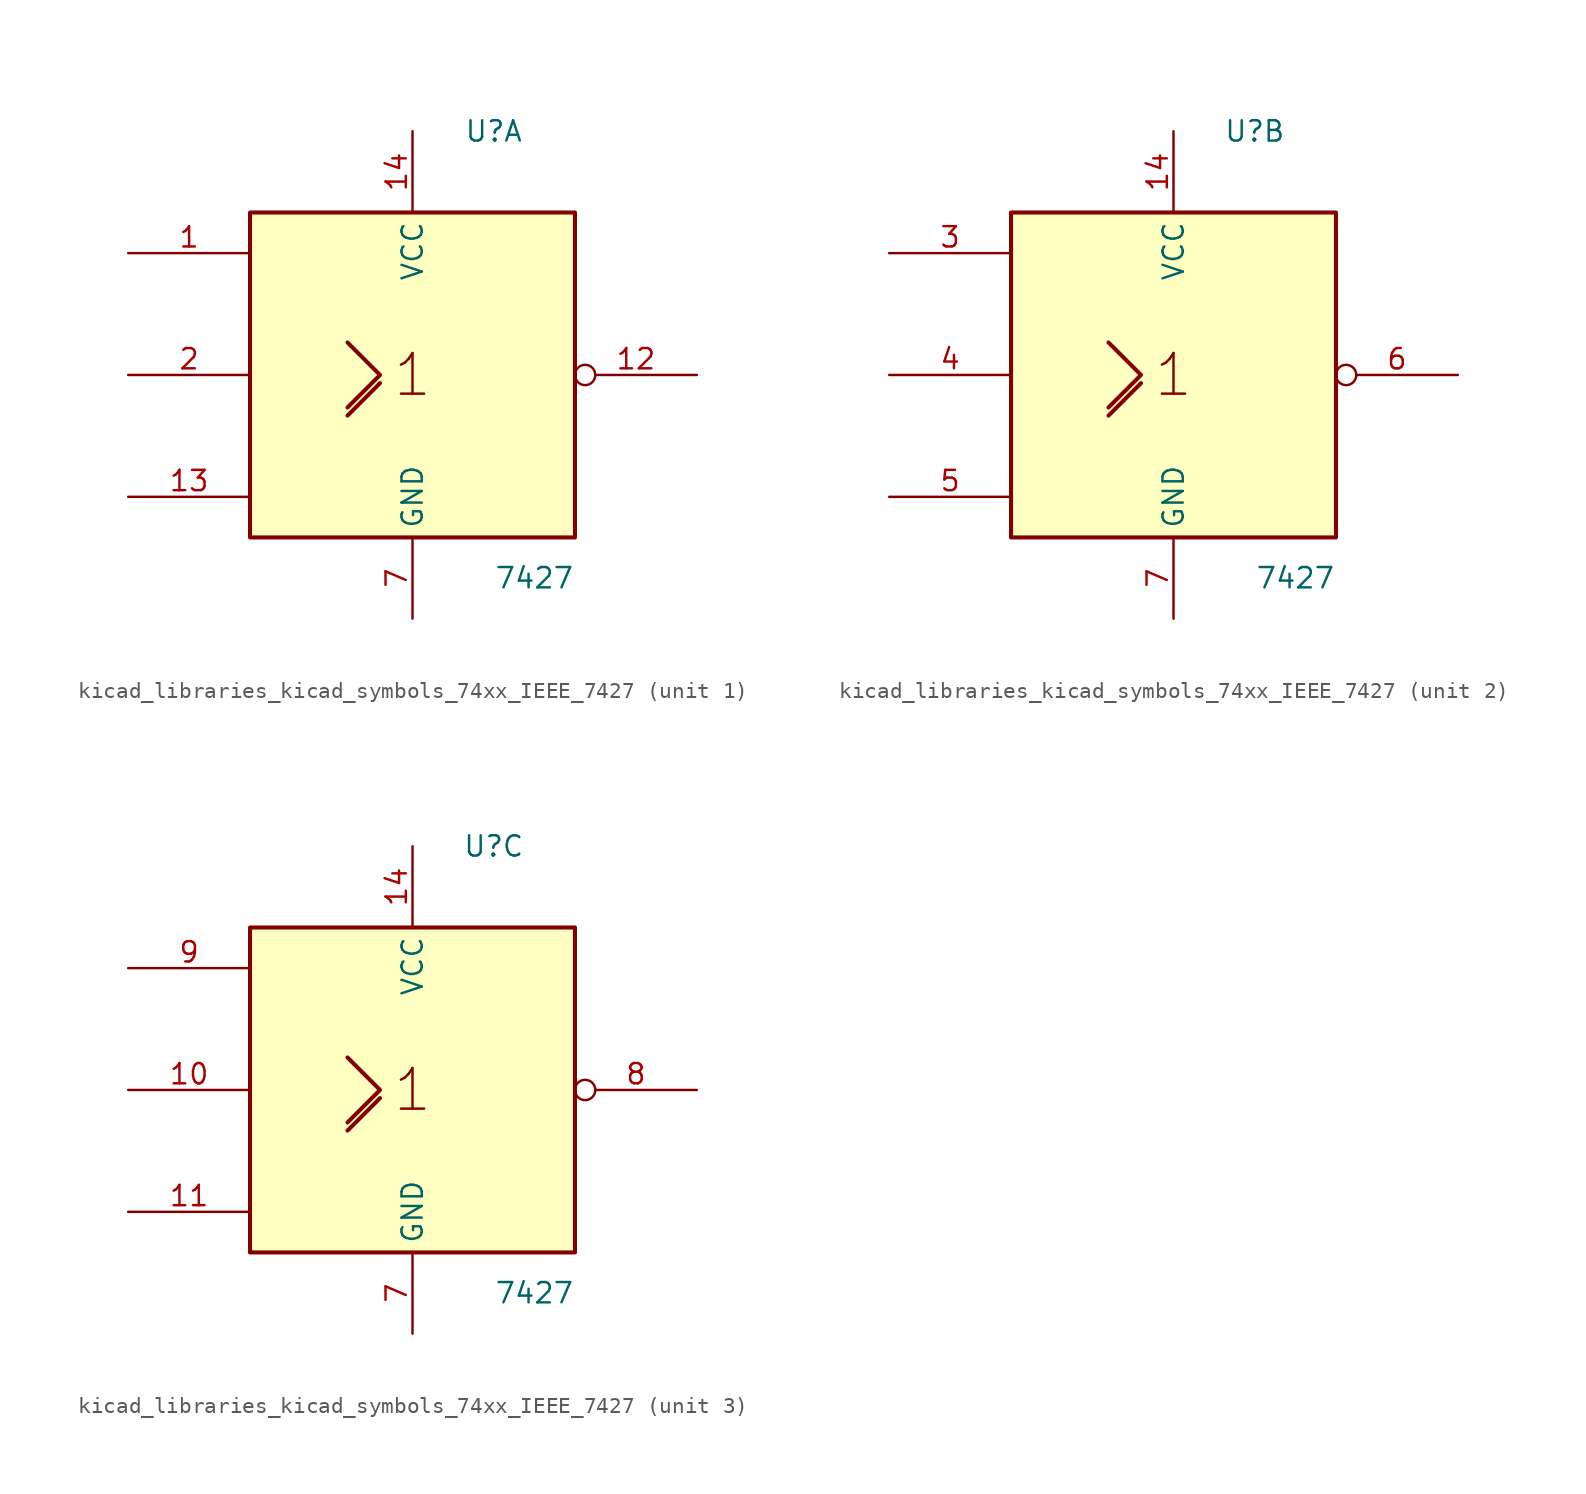
<source format=kicad_sym>
(kicad_symbol_lib
  (version 20220914)
  (generator kicad_symbol_editor)
  (symbol "kicad_libraries_kicad_symbols_74xx_IEEE_7427"
    (property "Reference" "U"
      (at 5.08 15.24 0)
      (effects (font (size 1.27 1.27))))
    (property "Value" "7427"
      (at 7.62 -12.7 0)
      (effects (font (size 1.27 1.27))))
    (symbol "kicad_libraries_kicad_symbols_74xx_IEEE_7427_0_0"
      (polyline (pts (xy -4.064 -2.54) (xy -2.032 -0.508) (xy -2.032 -0.508)) (stroke (width 0.254) (type default)) (fill (type background)))
      (polyline (pts (xy -4.064 2.032) (xy -2.032 0) (xy -4.064 -2.032) (xy -4.064 -2.032)) (stroke (width 0.254) (type default)) (fill (type background)))
      (text "1" (at 0 0 0) (effects (font (size 2.54 2.54)))))
    (symbol "kicad_libraries_kicad_symbols_74xx_IEEE_7427_0_1"
      (rectangle (start -10.16 10.16) (end 10.16 -10.16) (stroke (width 0.254) (type default)) (fill (type background)))
      (pin power_in line (at 0 15.24 270) (length 5.08) (name "VCC" (effects (font (size 1.27 1.27)))) (number "14" (effects (font (size 1.27 1.27)))))
      (pin power_in line (at 0 -15.24 90) (length 5.08) (name "GND" (effects (font (size 1.27 1.27)))) (number "7" (effects (font (size 1.27 1.27))))))
    (symbol "kicad_libraries_kicad_symbols_74xx_IEEE_7427_1_1"
      (pin input line (at -17.78 7.62 0) (length 7.62) (name "~" (effects (font (size 1.27 1.27)))) (number "1" (effects (font (size 1.27 1.27)))))
      (pin output inverted (at 17.78 0 180) (length 7.62) (name "~" (effects (font (size 1.27 1.27)))) (number "12" (effects (font (size 1.27 1.27)))))
      (pin input line (at -17.78 -7.62 0) (length 7.62) (name "~" (effects (font (size 1.27 1.27)))) (number "13" (effects (font (size 1.27 1.27)))))
      (pin input line (at -17.78 0 0) (length 7.62) (name "~" (effects (font (size 1.27 1.27)))) (number "2" (effects (font (size 1.27 1.27))))))
    (symbol "kicad_libraries_kicad_symbols_74xx_IEEE_7427_2_1"
      (pin input line (at -17.78 7.62 0) (length 7.62) (name "~" (effects (font (size 1.27 1.27)))) (number "3" (effects (font (size 1.27 1.27)))))
      (pin input line (at -17.78 0 0) (length 7.62) (name "~" (effects (font (size 1.27 1.27)))) (number "4" (effects (font (size 1.27 1.27)))))
      (pin input line (at -17.78 -7.62 0) (length 7.62) (name "~" (effects (font (size 1.27 1.27)))) (number "5" (effects (font (size 1.27 1.27)))))
      (pin output inverted (at 17.78 0 180) (length 7.62) (name "~" (effects (font (size 1.27 1.27)))) (number "6" (effects (font (size 1.27 1.27))))))
    (symbol "kicad_libraries_kicad_symbols_74xx_IEEE_7427_3_1"
      (pin input line (at -17.78 0 0) (length 7.62) (name "~" (effects (font (size 1.27 1.27)))) (number "10" (effects (font (size 1.27 1.27)))))
      (pin input line (at -17.78 -7.62 0) (length 7.62) (name "~" (effects (font (size 1.27 1.27)))) (number "11" (effects (font (size 1.27 1.27)))))
      (pin output inverted (at 17.78 0 180) (length 7.62) (name "~" (effects (font (size 1.27 1.27)))) (number "8" (effects (font (size 1.27 1.27)))))
      (pin input line (at -17.78 7.62 0) (length 7.62) (name "~" (effects (font (size 1.27 1.27)))) (number "9" (effects (font (size 1.27 1.27))))))))
</source>
